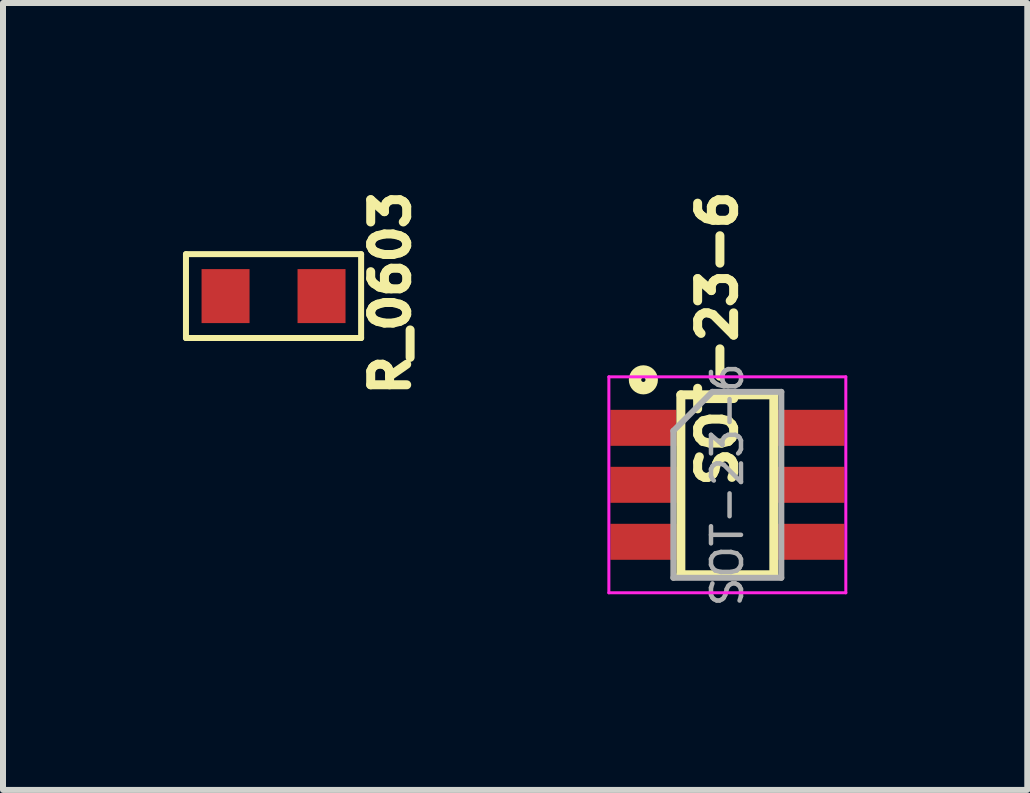
<source format=kicad_pcb>
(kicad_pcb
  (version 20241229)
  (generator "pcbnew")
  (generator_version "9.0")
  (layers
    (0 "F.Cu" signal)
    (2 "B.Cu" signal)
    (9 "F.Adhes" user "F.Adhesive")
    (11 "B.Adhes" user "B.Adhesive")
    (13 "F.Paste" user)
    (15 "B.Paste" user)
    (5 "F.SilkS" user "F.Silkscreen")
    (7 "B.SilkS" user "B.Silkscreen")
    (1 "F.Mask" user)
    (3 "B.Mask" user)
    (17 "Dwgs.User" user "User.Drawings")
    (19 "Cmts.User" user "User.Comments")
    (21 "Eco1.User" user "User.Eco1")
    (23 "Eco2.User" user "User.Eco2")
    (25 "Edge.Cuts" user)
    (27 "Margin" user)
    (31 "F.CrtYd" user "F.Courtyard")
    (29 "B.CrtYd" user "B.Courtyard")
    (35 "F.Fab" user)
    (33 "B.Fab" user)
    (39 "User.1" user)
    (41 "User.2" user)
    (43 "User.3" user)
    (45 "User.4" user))
  (footprint "R_0603"
    (layer "F.Cu")
    (at 1.51 1.886)
    (property "Reference" "R_0603" (at 1.95 -0.05 90) (layer "F.SilkS") (effects (font (size 0.6 0.6) (thickness 0.15))))
    (attr smd)
    (fp_line (start -1.46 -0.699) (end 1.46 -0.699) (stroke (width 0.1) (type solid)) (layer "F.SilkS"))
    (fp_line (start -1.46 0.699) (end -1.46 -0.699) (stroke (width 0.1) (type solid)) (layer "F.SilkS"))
    (fp_line (start 1.46 -0.699) (end 1.46 0.699) (stroke (width 0.1) (type solid)) (layer "F.SilkS"))
    (fp_line (start 1.46 0.699) (end -1.46 0.699) (stroke (width 0.1) (type solid)) (layer "F.SilkS"))
    (pad "1" smd rect (at -0.8 0) (size 0.8 0.9) (layers "F.Cu" "F.Mask" "F.Paste"))
    (pad "2" smd rect (at 0.8 0) (size 0.8 0.9) (layers "F.Cu" "F.Mask" "F.Paste")))
  (footprint "SOT-23-6"
    (layer "F.Cu")
    (at 9.075 5.032)
    (property "Reference" "SOT-23-6" (at -0.165 -2.438 90) (layer "F.SilkS") (effects (font (size 0.6 0.6) (thickness 0.15))))
    (attr smd)
    (fp_line (start -0.775 -1.5) (end 0.775 -1.5) (stroke (width 0.15) (type solid)) (layer "F.SilkS"))
    (fp_line (start -0.775 1.5) (end -0.775 -1.5) (stroke (width 0.15) (type solid)) (layer "F.SilkS"))
    (fp_line (start -0.75 1.5) (end -0.775 1.5) (stroke (width 0.15) (type solid)) (layer "F.SilkS"))
    (fp_line (start 0.775 -1.5) (end 0.775 1.5) (stroke (width 0.15) (type solid)) (layer "F.SilkS"))
    (fp_line (start 0.775 1.5) (end -0.75 1.5) (stroke (width 0.15) (type solid)) (layer "F.SilkS"))
    (fp_circle (center -1.4 -1.75) (end -1.375 -1.725) (stroke (width 0.15) (type solid)) (fill no) (layer "F.SilkS"))
    (fp_circle (center -1.4 -1.75) (end -1.25 -1.675) (stroke (width 0.15) (type solid)) (fill no) (layer "F.SilkS"))
    (fp_line (start -1.975 -1.8) (end -1.975 1.8) (stroke (width 0.05) (type solid)) (layer "F.CrtYd"))
    (fp_line (start -1.975 1.8) (end 1.975 1.8) (stroke (width 0.05) (type solid)) (layer "F.CrtYd"))
    (fp_line (start 1.975 -1.8) (end -1.975 -1.8) (stroke (width 0.05) (type solid)) (layer "F.CrtYd"))
    (fp_line (start 1.975 1.8) (end 1.975 -1.8) (stroke (width 0.05) (type solid)) (layer "F.CrtYd"))
    (fp_line (start -0.9 -0.9) (end -0.9 1.55) (stroke (width 0.1) (type solid)) (layer "F.Fab"))
    (fp_line (start -0.9 -0.9) (end -0.25 -1.55) (stroke (width 0.1) (type solid)) (layer "F.Fab"))
    (fp_line (start 0.9 -1.55) (end -0.25 -1.55) (stroke (width 0.1) (type solid)) (layer "F.Fab"))
    (fp_line (start 0.9 -1.55) (end 0.9 1.55) (stroke (width 0.1) (type solid)) (layer "F.Fab"))
    (fp_line (start 0.9 1.55) (end -0.9 1.55) (stroke (width 0.1) (type solid)) (layer "F.Fab"))
    (fp_text user "${REFERENCE}" (at 0 0 90) (layer "F.Fab") (effects (font (size 0.5 0.5) (thickness 0.075))))
    (pad "1" smd rect (at -1.4 -0.95) (size 1.1 0.6) (layers "F.Cu" "F.Mask" "F.Paste"))
    (pad "2" smd rect (at -1.4 0) (size 1.1 0.6) (layers "F.Cu" "F.Mask" "F.Paste"))
    (pad "3" smd rect (at -1.4 0.95) (size 1.1 0.6) (layers "F.Cu" "F.Mask" "F.Paste"))
    (pad "4" smd rect (at 1.4 0.95) (size 1.1 0.6) (layers "F.Cu" "F.Mask" "F.Paste"))
    (pad "5" smd rect (at 1.4 0) (size 1.1 0.6) (layers "F.Cu" "F.Mask" "F.Paste"))
    (pad "6" smd rect (at 1.4 -0.95) (size 1.1 0.6) (layers "F.Cu" "F.Mask" "F.Paste")))
  (gr_rect
    (start -3 -3)
    (end 14.075 10.118)
    (stroke (width 0.1) (type default))
    (fill no)
    (layer "Edge.Cuts")))
</source>
